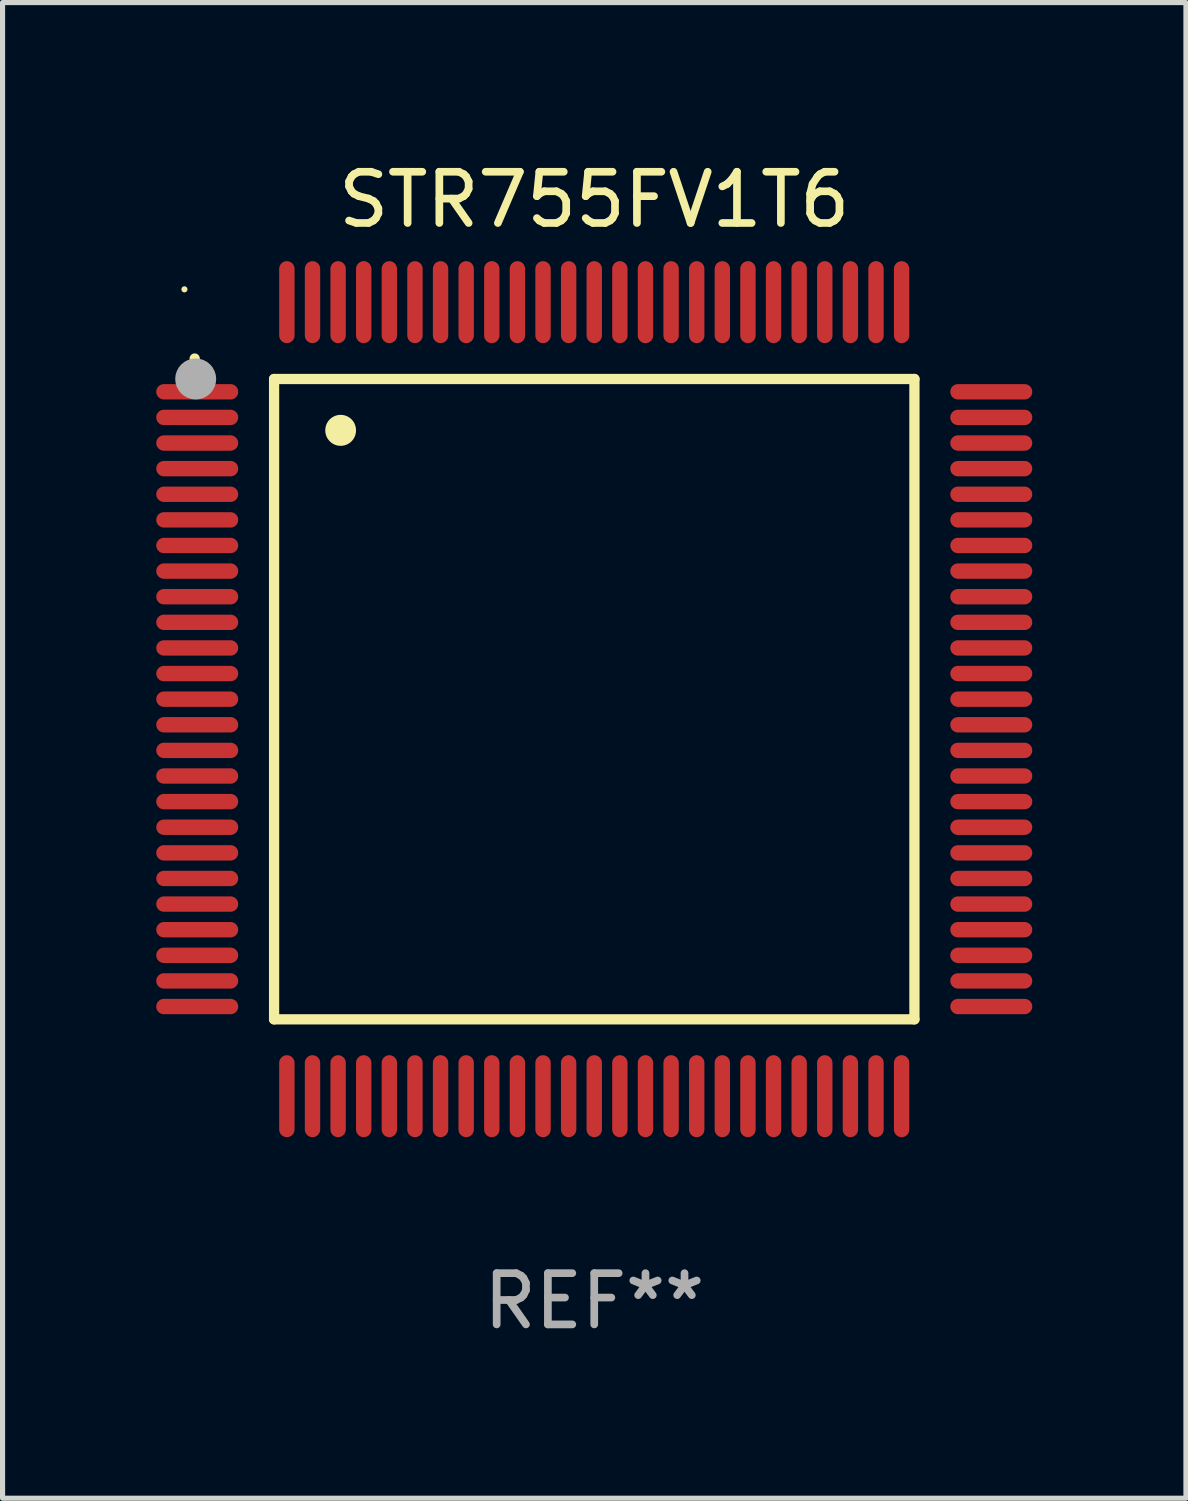
<source format=kicad_pcb>
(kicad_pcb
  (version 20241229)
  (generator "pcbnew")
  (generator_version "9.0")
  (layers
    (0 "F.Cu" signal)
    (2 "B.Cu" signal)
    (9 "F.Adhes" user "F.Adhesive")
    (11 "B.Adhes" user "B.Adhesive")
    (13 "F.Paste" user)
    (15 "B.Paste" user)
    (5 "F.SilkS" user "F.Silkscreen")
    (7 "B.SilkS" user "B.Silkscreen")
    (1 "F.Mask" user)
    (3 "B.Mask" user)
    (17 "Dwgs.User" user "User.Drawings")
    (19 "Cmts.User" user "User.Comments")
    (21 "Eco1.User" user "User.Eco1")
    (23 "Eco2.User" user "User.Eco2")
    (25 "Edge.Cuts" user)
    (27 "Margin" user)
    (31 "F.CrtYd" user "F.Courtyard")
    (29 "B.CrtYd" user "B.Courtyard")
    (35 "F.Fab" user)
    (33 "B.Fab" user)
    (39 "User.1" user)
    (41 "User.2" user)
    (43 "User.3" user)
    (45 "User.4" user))
  (footprint "STR755FV1T6"
    (layer "F.Cu")
    (at 8.55 10.598)
    (property "Reference" "STR755FV1T6" (at 0 -9.75 0) (layer "F.SilkS") (effects (font (size 1 1) (thickness 0.15))))
    (attr through_hole)
    (fp_line (start -6.25 -6.25) (end -6.25 6.25) (stroke (width 0.2) (type solid)) (layer "F.SilkS"))
    (fp_line (start -6.25 6.25) (end 6.25 6.25) (stroke (width 0.2) (type solid)) (layer "F.SilkS"))
    (fp_line (start 6.25 -6.25) (end -6.25 -6.25) (stroke (width 0.2) (type solid)) (layer "F.SilkS"))
    (fp_line (start 6.25 6.25) (end 6.25 -6.25) (stroke (width 0.2) (type solid)) (layer "F.SilkS"))
    (fp_arc (start -7.799568 -6.647625) (mid -7.799571 -6.648463) (end -7.799568 -6.649301) (stroke (width 0.2) (type solid)) (layer "F.SilkS"))
    (fp_arc (start -4.95047 -5.245111) (mid -4.950481 -5.247651) (end -4.95047 -5.250191) (stroke (width 0.6) (type solid)) (layer "F.SilkS"))
    (fp_circle (center -8 -8) (end -7.97 -8) (stroke (width 0.06) (type solid)) (fill no) (layer "F.SilkS"))
    (fp_circle (center -7.78 -6.25) (end -7.58 -6.25) (stroke (width 0.4) (type solid)) (fill no) (layer "F.Fab"))
    (fp_text user "REF**" (at 0 11.75 0) (layer "F.Fab") (effects (font (size 1 1) (thickness 0.15))))
    (pad "1" smd oval (at -7.75 -6 90) (size 0.3 1.6) (layers "F.Cu" "F.Mask" "F.Paste"))
    (pad "2" smd oval (at -7.75 -5.5 90) (size 0.3 1.6) (layers "F.Cu" "F.Mask" "F.Paste"))
    (pad "3" smd oval (at -7.75 -5 90) (size 0.3 1.6) (layers "F.Cu" "F.Mask" "F.Paste"))
    (pad "4" smd oval (at -7.75 -4.5 90) (size 0.3 1.6) (layers "F.Cu" "F.Mask" "F.Paste"))
    (pad "5" smd oval (at -7.75 -4 90) (size 0.3 1.6) (layers "F.Cu" "F.Mask" "F.Paste"))
    (pad "6" smd oval (at -7.75 -3.5 90) (size 0.3 1.6) (layers "F.Cu" "F.Mask" "F.Paste"))
    (pad "7" smd oval (at -7.75 -3 90) (size 0.3 1.6) (layers "F.Cu" "F.Mask" "F.Paste"))
    (pad "8" smd oval (at -7.75 -2.5 90) (size 0.3 1.6) (layers "F.Cu" "F.Mask" "F.Paste"))
    (pad "9" smd oval (at -7.75 -2 90) (size 0.3 1.6) (layers "F.Cu" "F.Mask" "F.Paste"))
    (pad "10" smd oval (at -7.75 -1.5 90) (size 0.3 1.6) (layers "F.Cu" "F.Mask" "F.Paste"))
    (pad "11" smd oval (at -7.75 -1 90) (size 0.3 1.6) (layers "F.Cu" "F.Mask" "F.Paste"))
    (pad "12" smd oval (at -7.75 -0.5 90) (size 0.3 1.6) (layers "F.Cu" "F.Mask" "F.Paste"))
    (pad "13" smd oval (at -7.75 0 90) (size 0.3 1.6) (layers "F.Cu" "F.Mask" "F.Paste"))
    (pad "14" smd oval (at -7.75 0.5 90) (size 0.3 1.6) (layers "F.Cu" "F.Mask" "F.Paste"))
    (pad "15" smd oval (at -7.75 1 90) (size 0.3 1.6) (layers "F.Cu" "F.Mask" "F.Paste"))
    (pad "16" smd oval (at -7.75 1.5 90) (size 0.3 1.6) (layers "F.Cu" "F.Mask" "F.Paste"))
    (pad "17" smd oval (at -7.75 2 90) (size 0.3 1.6) (layers "F.Cu" "F.Mask" "F.Paste"))
    (pad "18" smd oval (at -7.75 2.5 90) (size 0.3 1.6) (layers "F.Cu" "F.Mask" "F.Paste"))
    (pad "19" smd oval (at -7.75 3 90) (size 0.3 1.6) (layers "F.Cu" "F.Mask" "F.Paste"))
    (pad "20" smd oval (at -7.75 3.5 90) (size 0.3 1.6) (layers "F.Cu" "F.Mask" "F.Paste"))
    (pad "21" smd oval (at -7.75 4 90) (size 0.3 1.6) (layers "F.Cu" "F.Mask" "F.Paste"))
    (pad "22" smd oval (at -7.75 4.5 90) (size 0.3 1.6) (layers "F.Cu" "F.Mask" "F.Paste"))
    (pad "23" smd oval (at -7.75 5 90) (size 0.3 1.6) (layers "F.Cu" "F.Mask" "F.Paste"))
    (pad "24" smd oval (at -7.75 5.5 90) (size 0.3 1.6) (layers "F.Cu" "F.Mask" "F.Paste"))
    (pad "25" smd oval (at -7.75 6 90) (size 0.3 1.6) (layers "F.Cu" "F.Mask" "F.Paste"))
    (pad "26" smd oval (at -6 7.75) (size 0.3 1.6) (layers "F.Cu" "F.Mask" "F.Paste"))
    (pad "27" smd oval (at -5.5 7.75) (size 0.3 1.6) (layers "F.Cu" "F.Mask" "F.Paste"))
    (pad "28" smd oval (at -5 7.75) (size 0.3 1.6) (layers "F.Cu" "F.Mask" "F.Paste"))
    (pad "29" smd oval (at -4.5 7.75) (size 0.3 1.6) (layers "F.Cu" "F.Mask" "F.Paste"))
    (pad "30" smd oval (at -4 7.75) (size 0.3 1.6) (layers "F.Cu" "F.Mask" "F.Paste"))
    (pad "31" smd oval (at -3.5 7.75) (size 0.3 1.6) (layers "F.Cu" "F.Mask" "F.Paste"))
    (pad "32" smd oval (at -3 7.75) (size 0.3 1.6) (layers "F.Cu" "F.Mask" "F.Paste"))
    (pad "33" smd oval (at -2.5 7.75) (size 0.3 1.6) (layers "F.Cu" "F.Mask" "F.Paste"))
    (pad "34" smd oval (at -2 7.75) (size 0.3 1.6) (layers "F.Cu" "F.Mask" "F.Paste"))
    (pad "35" smd oval (at -1.5 7.75) (size 0.3 1.6) (layers "F.Cu" "F.Mask" "F.Paste"))
    (pad "36" smd oval (at -1 7.75) (size 0.3 1.6) (layers "F.Cu" "F.Mask" "F.Paste"))
    (pad "37" smd oval (at -0.5 7.75) (size 0.3 1.6) (layers "F.Cu" "F.Mask" "F.Paste"))
    (pad "38" smd oval (at 0 7.75) (size 0.3 1.6) (layers "F.Cu" "F.Mask" "F.Paste"))
    (pad "39" smd oval (at 0.5 7.75) (size 0.3 1.6) (layers "F.Cu" "F.Mask" "F.Paste"))
    (pad "40" smd oval (at 1 7.75) (size 0.3 1.6) (layers "F.Cu" "F.Mask" "F.Paste"))
    (pad "41" smd oval (at 1.5 7.75) (size 0.3 1.6) (layers "F.Cu" "F.Mask" "F.Paste"))
    (pad "42" smd oval (at 2 7.75) (size 0.3 1.6) (layers "F.Cu" "F.Mask" "F.Paste"))
    (pad "43" smd oval (at 2.5 7.75) (size 0.3 1.6) (layers "F.Cu" "F.Mask" "F.Paste"))
    (pad "44" smd oval (at 3 7.75) (size 0.3 1.6) (layers "F.Cu" "F.Mask" "F.Paste"))
    (pad "45" smd oval (at 3.5 7.75) (size 0.3 1.6) (layers "F.Cu" "F.Mask" "F.Paste"))
    (pad "46" smd oval (at 4 7.75) (size 0.3 1.6) (layers "F.Cu" "F.Mask" "F.Paste"))
    (pad "47" smd oval (at 4.5 7.75) (size 0.3 1.6) (layers "F.Cu" "F.Mask" "F.Paste"))
    (pad "48" smd oval (at 5 7.75) (size 0.3 1.6) (layers "F.Cu" "F.Mask" "F.Paste"))
    (pad "49" smd oval (at 5.5 7.75) (size 0.3 1.6) (layers "F.Cu" "F.Mask" "F.Paste"))
    (pad "50" smd oval (at 6 7.75) (size 0.3 1.6) (layers "F.Cu" "F.Mask" "F.Paste"))
    (pad "51" smd oval (at 7.75 6 90) (size 0.3 1.6) (layers "F.Cu" "F.Mask" "F.Paste"))
    (pad "52" smd oval (at 7.75 5.5 90) (size 0.3 1.6) (layers "F.Cu" "F.Mask" "F.Paste"))
    (pad "53" smd oval (at 7.75 5 90) (size 0.3 1.6) (layers "F.Cu" "F.Mask" "F.Paste"))
    (pad "54" smd oval (at 7.75 4.5 90) (size 0.3 1.6) (layers "F.Cu" "F.Mask" "F.Paste"))
    (pad "55" smd oval (at 7.75 4 90) (size 0.3 1.6) (layers "F.Cu" "F.Mask" "F.Paste"))
    (pad "56" smd oval (at 7.75 3.5 90) (size 0.3 1.6) (layers "F.Cu" "F.Mask" "F.Paste"))
    (pad "57" smd oval (at 7.75 3 90) (size 0.3 1.6) (layers "F.Cu" "F.Mask" "F.Paste"))
    (pad "58" smd oval (at 7.75 2.5 90) (size 0.3 1.6) (layers "F.Cu" "F.Mask" "F.Paste"))
    (pad "59" smd oval (at 7.75 2 90) (size 0.3 1.6) (layers "F.Cu" "F.Mask" "F.Paste"))
    (pad "60" smd oval (at 7.75 1.5 90) (size 0.3 1.6) (layers "F.Cu" "F.Mask" "F.Paste"))
    (pad "61" smd oval (at 7.75 1 90) (size 0.3 1.6) (layers "F.Cu" "F.Mask" "F.Paste"))
    (pad "62" smd oval (at 7.75 0.5 90) (size 0.3 1.6) (layers "F.Cu" "F.Mask" "F.Paste"))
    (pad "63" smd oval (at 7.75 0 90) (size 0.3 1.6) (layers "F.Cu" "F.Mask" "F.Paste"))
    (pad "64" smd oval (at 7.75 -0.5 90) (size 0.3 1.6) (layers "F.Cu" "F.Mask" "F.Paste"))
    (pad "65" smd oval (at 7.75 -1 90) (size 0.3 1.6) (layers "F.Cu" "F.Mask" "F.Paste"))
    (pad "66" smd oval (at 7.75 -1.5 90) (size 0.3 1.6) (layers "F.Cu" "F.Mask" "F.Paste"))
    (pad "67" smd oval (at 7.75 -2 90) (size 0.3 1.6) (layers "F.Cu" "F.Mask" "F.Paste"))
    (pad "68" smd oval (at 7.75 -2.5 90) (size 0.3 1.6) (layers "F.Cu" "F.Mask" "F.Paste"))
    (pad "69" smd oval (at 7.75 -3 90) (size 0.3 1.6) (layers "F.Cu" "F.Mask" "F.Paste"))
    (pad "70" smd oval (at 7.75 -3.5 90) (size 0.3 1.6) (layers "F.Cu" "F.Mask" "F.Paste"))
    (pad "71" smd oval (at 7.75 -4 90) (size 0.3 1.6) (layers "F.Cu" "F.Mask" "F.Paste"))
    (pad "72" smd oval (at 7.75 -4.5 90) (size 0.3 1.6) (layers "F.Cu" "F.Mask" "F.Paste"))
    (pad "73" smd oval (at 7.75 -5 90) (size 0.3 1.6) (layers "F.Cu" "F.Mask" "F.Paste"))
    (pad "74" smd oval (at 7.75 -5.5 90) (size 0.3 1.6) (layers "F.Cu" "F.Mask" "F.Paste"))
    (pad "75" smd oval (at 7.75 -6 90) (size 0.3 1.6) (layers "F.Cu" "F.Mask" "F.Paste"))
    (pad "76" smd oval (at 6 -7.75) (size 0.3 1.6) (layers "F.Cu" "F.Mask" "F.Paste"))
    (pad "77" smd oval (at 5.5 -7.75) (size 0.3 1.6) (layers "F.Cu" "F.Mask" "F.Paste"))
    (pad "78" smd oval (at 5 -7.75) (size 0.3 1.6) (layers "F.Cu" "F.Mask" "F.Paste"))
    (pad "79" smd oval (at 4.5 -7.75) (size 0.3 1.6) (layers "F.Cu" "F.Mask" "F.Paste"))
    (pad "80" smd oval (at 4 -7.75) (size 0.3 1.6) (layers "F.Cu" "F.Mask" "F.Paste"))
    (pad "81" smd oval (at 3.5 -7.75) (size 0.3 1.6) (layers "F.Cu" "F.Mask" "F.Paste"))
    (pad "82" smd oval (at 3 -7.75) (size 0.3 1.6) (layers "F.Cu" "F.Mask" "F.Paste"))
    (pad "83" smd oval (at 2.5 -7.75) (size 0.3 1.6) (layers "F.Cu" "F.Mask" "F.Paste"))
    (pad "84" smd oval (at 2 -7.75) (size 0.3 1.6) (layers "F.Cu" "F.Mask" "F.Paste"))
    (pad "85" smd oval (at 1.5 -7.75) (size 0.3 1.6) (layers "F.Cu" "F.Mask" "F.Paste"))
    (pad "86" smd oval (at 1 -7.75) (size 0.3 1.6) (layers "F.Cu" "F.Mask" "F.Paste"))
    (pad "87" smd oval (at 0.5 -7.75) (size 0.3 1.6) (layers "F.Cu" "F.Mask" "F.Paste"))
    (pad "88" smd oval (at 0 -7.75) (size 0.3 1.6) (layers "F.Cu" "F.Mask" "F.Paste"))
    (pad "89" smd oval (at -0.5 -7.75) (size 0.3 1.6) (layers "F.Cu" "F.Mask" "F.Paste"))
    (pad "90" smd oval (at -1 -7.75) (size 0.3 1.6) (layers "F.Cu" "F.Mask" "F.Paste"))
    (pad "91" smd oval (at -1.5 -7.75) (size 0.3 1.6) (layers "F.Cu" "F.Mask" "F.Paste"))
    (pad "92" smd oval (at -2 -7.75) (size 0.3 1.6) (layers "F.Cu" "F.Mask" "F.Paste"))
    (pad "93" smd oval (at -2.5 -7.75) (size 0.3 1.6) (layers "F.Cu" "F.Mask" "F.Paste"))
    (pad "94" smd oval (at -3 -7.75) (size 0.3 1.6) (layers "F.Cu" "F.Mask" "F.Paste"))
    (pad "95" smd oval (at -3.5 -7.75) (size 0.3 1.6) (layers "F.Cu" "F.Mask" "F.Paste"))
    (pad "96" smd oval (at -4 -7.75) (size 0.3 1.6) (layers "F.Cu" "F.Mask" "F.Paste"))
    (pad "97" smd oval (at -4.5 -7.75) (size 0.3 1.6) (layers "F.Cu" "F.Mask" "F.Paste"))
    (pad "98" smd oval (at -5 -7.75) (size 0.3 1.6) (layers "F.Cu" "F.Mask" "F.Paste"))
    (pad "99" smd oval (at -5.5 -7.75) (size 0.3 1.6) (layers "F.Cu" "F.Mask" "F.Paste"))
    (pad "100" smd oval (at -6 -7.75) (size 0.3 1.6) (layers "F.Cu" "F.Mask" "F.Paste")))
  (gr_rect
    (start -3 -3)
    (end 20.1 26.196)
    (stroke (width 0.1) (type default))
    (fill no)
    (layer "Edge.Cuts")))
</source>
